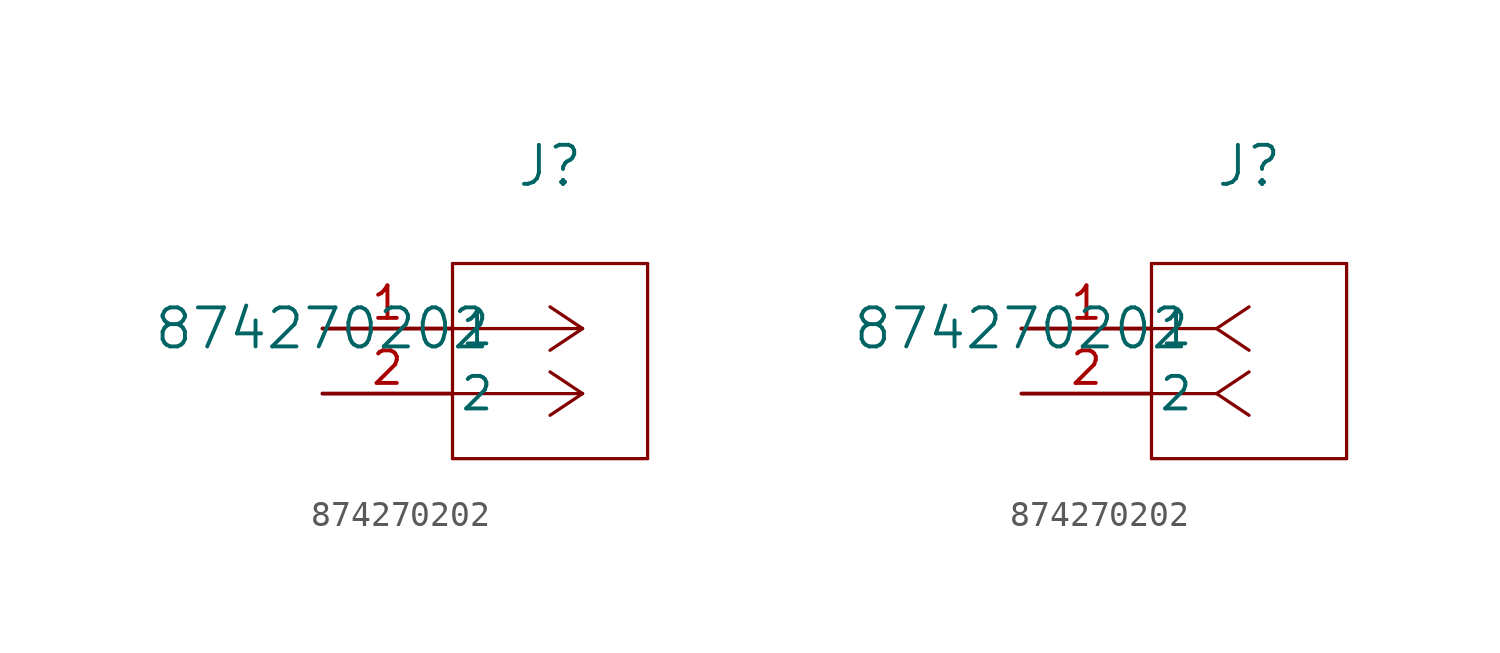
<source format=kicad_sym>
(kicad_symbol_lib
  (version 20211014)
  (generator kicad_symbol_editor)
  (symbol "874270202"
    (pin_names
      (offset 0.254))
    (property "Reference" "J"
      (at 8.89 6.35 0)
      (effects (font (size 1.524 1.524))))
    (property "Value" "874270202"
      (at 0 0 0)
      (effects (font (size 1.524 1.524))))
    (symbol "874270202_1_1"
      (polyline (pts (xy 10.16 0) (xy 5.08 0)) (stroke (width 0.127) (type default) (color 0 0 0 0)) (fill (type none)))
      (polyline (pts (xy 10.16 -2.54) (xy 5.08 -2.54)) (stroke (width 0.127) (type default) (color 0 0 0 0)) (fill (type none)))
      (polyline (pts (xy 10.16 0) (xy 8.89 0.847)) (stroke (width 0.127) (type default) (color 0 0 0 0)) (fill (type none)))
      (polyline (pts (xy 10.16 -2.54) (xy 8.89 -1.693)) (stroke (width 0.127) (type default) (color 0 0 0 0)) (fill (type none)))
      (polyline (pts (xy 10.16 0) (xy 8.89 -0.847)) (stroke (width 0.127) (type default) (color 0 0 0 0)) (fill (type none)))
      (polyline (pts (xy 10.16 -2.54) (xy 8.89 -3.387)) (stroke (width 0.127) (type default) (color 0 0 0 0)) (fill (type none)))
      (polyline (pts (xy 5.08 2.54) (xy 5.08 -5.08)) (stroke (width 0.127) (type default) (color 0 0 0 0)) (fill (type none)))
      (polyline (pts (xy 5.08 -5.08) (xy 12.7 -5.08)) (stroke (width 0.127) (type default) (color 0 0 0 0)) (fill (type none)))
      (polyline (pts (xy 12.7 -5.08) (xy 12.7 2.54)) (stroke (width 0.127) (type default) (color 0 0 0 0)) (fill (type none)))
      (polyline (pts (xy 12.7 2.54) (xy 5.08 2.54)) (stroke (width 0.127) (type default) (color 0 0 0 0)) (fill (type none)))
      (pin unspecified line (at 0 0 0) (length 5.08) (name "1" (effects (font (size 1.27 1.27)))) (number "1" (effects (font (size 1.27 1.27)))))
      (pin unspecified line (at 0 -2.54 0) (length 5.08) (name "2" (effects (font (size 1.27 1.27)))) (number "2" (effects (font (size 1.27 1.27))))))
    (symbol "874270202_1_2"
      (polyline (pts (xy 7.62 0) (xy 5.08 0)) (stroke (width 0.127) (type default) (color 0 0 0 0)) (fill (type none)))
      (polyline (pts (xy 7.62 -2.54) (xy 5.08 -2.54)) (stroke (width 0.127) (type default) (color 0 0 0 0)) (fill (type none)))
      (polyline (pts (xy 7.62 0) (xy 8.89 0.847)) (stroke (width 0.127) (type default) (color 0 0 0 0)) (fill (type none)))
      (polyline (pts (xy 7.62 -2.54) (xy 8.89 -1.693)) (stroke (width 0.127) (type default) (color 0 0 0 0)) (fill (type none)))
      (polyline (pts (xy 7.62 0) (xy 8.89 -0.847)) (stroke (width 0.127) (type default) (color 0 0 0 0)) (fill (type none)))
      (polyline (pts (xy 7.62 -2.54) (xy 8.89 -3.387)) (stroke (width 0.127) (type default) (color 0 0 0 0)) (fill (type none)))
      (polyline (pts (xy 5.08 2.54) (xy 5.08 -5.08)) (stroke (width 0.127) (type default) (color 0 0 0 0)) (fill (type none)))
      (polyline (pts (xy 5.08 -5.08) (xy 12.7 -5.08)) (stroke (width 0.127) (type default) (color 0 0 0 0)) (fill (type none)))
      (polyline (pts (xy 12.7 -5.08) (xy 12.7 2.54)) (stroke (width 0.127) (type default) (color 0 0 0 0)) (fill (type none)))
      (polyline (pts (xy 12.7 2.54) (xy 5.08 2.54)) (stroke (width 0.127) (type default) (color 0 0 0 0)) (fill (type none)))
      (pin unspecified line (at 0 0 0) (length 5.08) (name "1" (effects (font (size 1.27 1.27)))) (number "1" (effects (font (size 1.27 1.27)))))
      (pin unspecified line (at 0 -2.54 0) (length 5.08) (name "2" (effects (font (size 1.27 1.27)))) (number "2" (effects (font (size 1.27 1.27))))))))
</source>
